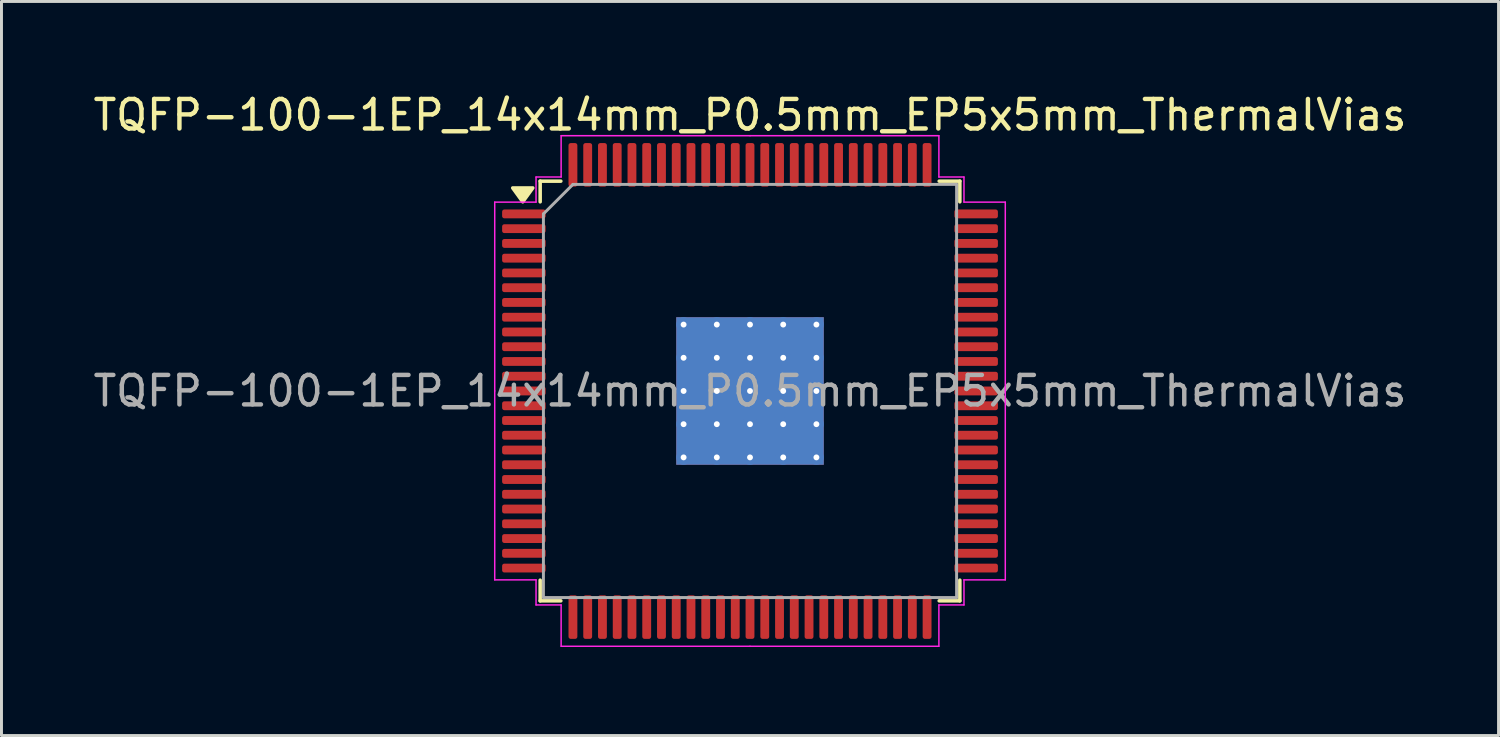
<source format=kicad_pcb>
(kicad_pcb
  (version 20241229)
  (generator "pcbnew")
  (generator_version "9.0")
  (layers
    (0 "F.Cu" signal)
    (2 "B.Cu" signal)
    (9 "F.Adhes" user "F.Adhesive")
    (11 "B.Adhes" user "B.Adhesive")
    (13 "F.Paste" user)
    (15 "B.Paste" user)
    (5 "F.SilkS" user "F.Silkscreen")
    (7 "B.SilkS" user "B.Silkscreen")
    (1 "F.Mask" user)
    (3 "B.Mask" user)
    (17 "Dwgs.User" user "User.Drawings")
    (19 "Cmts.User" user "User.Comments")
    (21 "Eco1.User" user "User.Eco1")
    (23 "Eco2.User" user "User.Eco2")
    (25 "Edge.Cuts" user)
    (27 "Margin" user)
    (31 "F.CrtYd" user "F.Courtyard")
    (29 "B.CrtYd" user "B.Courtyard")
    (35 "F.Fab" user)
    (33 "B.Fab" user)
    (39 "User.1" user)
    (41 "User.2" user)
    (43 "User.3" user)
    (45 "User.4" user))
  (footprint "TQFP-100-1EP_14x14mm_P0.5mm_EP5x5mm_ThermalVias"
    (layer "F.Cu")
    (at 22.363 10.198)
    (property "Reference" "TQFP-100-1EP_14x14mm_P0.5mm_EP5x5mm_ThermalVias" (at 0 -9.35 0) (layer "F.SilkS") (effects (font (size 1 1) (thickness 0.15))))
    (attr smd)
    (fp_line (start -7.11 -7.11) (end -7.11 -6.41) (stroke (width 0.12) (type solid)) (layer "F.SilkS"))
    (fp_line (start -7.11 7.11) (end -7.11 6.41) (stroke (width 0.12) (type solid)) (layer "F.SilkS"))
    (fp_line (start -6.41 -7.11) (end -7.11 -7.11) (stroke (width 0.12) (type solid)) (layer "F.SilkS"))
    (fp_line (start -6.41 7.11) (end -7.11 7.11) (stroke (width 0.12) (type solid)) (layer "F.SilkS"))
    (fp_line (start 6.41 -7.11) (end 7.11 -7.11) (stroke (width 0.12) (type solid)) (layer "F.SilkS"))
    (fp_line (start 6.41 7.11) (end 7.11 7.11) (stroke (width 0.12) (type solid)) (layer "F.SilkS"))
    (fp_line (start 7.11 -7.11) (end 7.11 -6.41) (stroke (width 0.12) (type solid)) (layer "F.SilkS"))
    (fp_line (start 7.11 7.11) (end 7.11 6.41) (stroke (width 0.12) (type solid)) (layer "F.SilkS"))
    (fp_poly (pts (xy -7.7 -6.41) (xy -8.04 -6.88) (xy -7.36 -6.88)) (stroke (width 0.12) (type solid)) (fill yes) (layer "F.SilkS"))
    (fp_line (start -8.65 -6.4) (end -8.65 0) (stroke (width 0.05) (type solid)) (layer "F.CrtYd"))
    (fp_line (start -8.65 6.4) (end -8.65 0) (stroke (width 0.05) (type solid)) (layer "F.CrtYd"))
    (fp_line (start -7.25 -7.25) (end -7.25 -6.4) (stroke (width 0.05) (type solid)) (layer "F.CrtYd"))
    (fp_line (start -7.25 -6.4) (end -8.65 -6.4) (stroke (width 0.05) (type solid)) (layer "F.CrtYd"))
    (fp_line (start -7.25 6.4) (end -8.65 6.4) (stroke (width 0.05) (type solid)) (layer "F.CrtYd"))
    (fp_line (start -7.25 7.25) (end -7.25 6.4) (stroke (width 0.05) (type solid)) (layer "F.CrtYd"))
    (fp_line (start -6.4 -8.65) (end -6.4 -7.25) (stroke (width 0.05) (type solid)) (layer "F.CrtYd"))
    (fp_line (start -6.4 -7.25) (end -7.25 -7.25) (stroke (width 0.05) (type solid)) (layer "F.CrtYd"))
    (fp_line (start -6.4 7.25) (end -7.25 7.25) (stroke (width 0.05) (type solid)) (layer "F.CrtYd"))
    (fp_line (start -6.4 8.65) (end -6.4 7.25) (stroke (width 0.05) (type solid)) (layer "F.CrtYd"))
    (fp_line (start 0 -8.65) (end -6.4 -8.65) (stroke (width 0.05) (type solid)) (layer "F.CrtYd"))
    (fp_line (start 0 -8.65) (end 6.4 -8.65) (stroke (width 0.05) (type solid)) (layer "F.CrtYd"))
    (fp_line (start 0 8.65) (end -6.4 8.65) (stroke (width 0.05) (type solid)) (layer "F.CrtYd"))
    (fp_line (start 0 8.65) (end 6.4 8.65) (stroke (width 0.05) (type solid)) (layer "F.CrtYd"))
    (fp_line (start 6.4 -8.65) (end 6.4 -7.25) (stroke (width 0.05) (type solid)) (layer "F.CrtYd"))
    (fp_line (start 6.4 -7.25) (end 7.25 -7.25) (stroke (width 0.05) (type solid)) (layer "F.CrtYd"))
    (fp_line (start 6.4 7.25) (end 7.25 7.25) (stroke (width 0.05) (type solid)) (layer "F.CrtYd"))
    (fp_line (start 6.4 8.65) (end 6.4 7.25) (stroke (width 0.05) (type solid)) (layer "F.CrtYd"))
    (fp_line (start 7.25 -7.25) (end 7.25 -6.4) (stroke (width 0.05) (type solid)) (layer "F.CrtYd"))
    (fp_line (start 7.25 -6.4) (end 8.65 -6.4) (stroke (width 0.05) (type solid)) (layer "F.CrtYd"))
    (fp_line (start 7.25 6.4) (end 8.65 6.4) (stroke (width 0.05) (type solid)) (layer "F.CrtYd"))
    (fp_line (start 7.25 7.25) (end 7.25 6.4) (stroke (width 0.05) (type solid)) (layer "F.CrtYd"))
    (fp_line (start 8.65 -6.4) (end 8.65 0) (stroke (width 0.05) (type solid)) (layer "F.CrtYd"))
    (fp_line (start 8.65 6.4) (end 8.65 0) (stroke (width 0.05) (type solid)) (layer "F.CrtYd"))
    (fp_line (start -7 -6) (end -6 -7) (stroke (width 0.1) (type solid)) (layer "F.Fab"))
    (fp_line (start -7 7) (end -7 -6) (stroke (width 0.1) (type solid)) (layer "F.Fab"))
    (fp_line (start -6 -7) (end 7 -7) (stroke (width 0.1) (type solid)) (layer "F.Fab"))
    (fp_line (start 7 -7) (end 7 7) (stroke (width 0.1) (type solid)) (layer "F.Fab"))
    (fp_line (start 7 7) (end -7 7) (stroke (width 0.1) (type solid)) (layer "F.Fab"))
    (fp_text user "${REFERENCE}" (at 0 0 0) (layer "F.Fab") (effects (font (size 1 1) (thickness 0.15))))
    (pad "" smd custom (at -1.688 -1.688) (size 0.891 0.891) (layers "F.Paste") (options (anchor circle)) (primitives (gr_poly (pts (xy -0.387 -0.29) (xy -0.29 -0.387) (xy 0.29 -0.387) (xy 0.387 -0.29) (xy 0.387 0.29) (xy 0.29 0.387) (xy -0.29 0.387) (xy -0.387 0.29)) (width 0.234) (fill yes))))
    (pad "" smd custom (at -1.688 -0.562) (size 0.891 0.891) (layers "F.Paste") (options (anchor circle)) (primitives (gr_poly (pts (xy -0.387 -0.29) (xy -0.29 -0.387) (xy 0.29 -0.387) (xy 0.387 -0.29) (xy 0.387 0.29) (xy 0.29 0.387) (xy -0.29 0.387) (xy -0.387 0.29)) (width 0.234) (fill yes))))
    (pad "" smd custom (at -1.688 0.562) (size 0.891 0.891) (layers "F.Paste") (options (anchor circle)) (primitives (gr_poly (pts (xy -0.387 -0.29) (xy -0.29 -0.387) (xy 0.29 -0.387) (xy 0.387 -0.29) (xy 0.387 0.29) (xy 0.29 0.387) (xy -0.29 0.387) (xy -0.387 0.29)) (width 0.234) (fill yes))))
    (pad "" smd custom (at -1.688 1.688) (size 0.891 0.891) (layers "F.Paste") (options (anchor circle)) (primitives (gr_poly (pts (xy -0.387 -0.29) (xy -0.29 -0.387) (xy 0.29 -0.387) (xy 0.387 -0.29) (xy 0.387 0.29) (xy 0.29 0.387) (xy -0.29 0.387) (xy -0.387 0.29)) (width 0.234) (fill yes))))
    (pad "" smd custom (at -0.562 -1.688) (size 0.891 0.891) (layers "F.Paste") (options (anchor circle)) (primitives (gr_poly (pts (xy -0.387 -0.29) (xy -0.29 -0.387) (xy 0.29 -0.387) (xy 0.387 -0.29) (xy 0.387 0.29) (xy 0.29 0.387) (xy -0.29 0.387) (xy -0.387 0.29)) (width 0.234) (fill yes))))
    (pad "" smd custom (at -0.562 -0.562) (size 0.891 0.891) (layers "F.Paste") (options (anchor circle)) (primitives (gr_poly (pts (xy -0.387 -0.29) (xy -0.29 -0.387) (xy 0.29 -0.387) (xy 0.387 -0.29) (xy 0.387 0.29) (xy 0.29 0.387) (xy -0.29 0.387) (xy -0.387 0.29)) (width 0.234) (fill yes))))
    (pad "" smd custom (at -0.562 0.562) (size 0.891 0.891) (layers "F.Paste") (options (anchor circle)) (primitives (gr_poly (pts (xy -0.387 -0.29) (xy -0.29 -0.387) (xy 0.29 -0.387) (xy 0.387 -0.29) (xy 0.387 0.29) (xy 0.29 0.387) (xy -0.29 0.387) (xy -0.387 0.29)) (width 0.234) (fill yes))))
    (pad "" smd custom (at -0.562 1.688) (size 0.891 0.891) (layers "F.Paste") (options (anchor circle)) (primitives (gr_poly (pts (xy -0.387 -0.29) (xy -0.29 -0.387) (xy 0.29 -0.387) (xy 0.387 -0.29) (xy 0.387 0.29) (xy 0.29 0.387) (xy -0.29 0.387) (xy -0.387 0.29)) (width 0.234) (fill yes))))
    (pad "" smd custom (at 0.562 -1.688) (size 0.891 0.891) (layers "F.Paste") (options (anchor circle)) (primitives (gr_poly (pts (xy -0.387 -0.29) (xy -0.29 -0.387) (xy 0.29 -0.387) (xy 0.387 -0.29) (xy 0.387 0.29) (xy 0.29 0.387) (xy -0.29 0.387) (xy -0.387 0.29)) (width 0.234) (fill yes))))
    (pad "" smd custom (at 0.562 -0.562) (size 0.891 0.891) (layers "F.Paste") (options (anchor circle)) (primitives (gr_poly (pts (xy -0.387 -0.29) (xy -0.29 -0.387) (xy 0.29 -0.387) (xy 0.387 -0.29) (xy 0.387 0.29) (xy 0.29 0.387) (xy -0.29 0.387) (xy -0.387 0.29)) (width 0.234) (fill yes))))
    (pad "" smd custom (at 0.562 0.562) (size 0.891 0.891) (layers "F.Paste") (options (anchor circle)) (primitives (gr_poly (pts (xy -0.387 -0.29) (xy -0.29 -0.387) (xy 0.29 -0.387) (xy 0.387 -0.29) (xy 0.387 0.29) (xy 0.29 0.387) (xy -0.29 0.387) (xy -0.387 0.29)) (width 0.234) (fill yes))))
    (pad "" smd custom (at 0.562 1.688) (size 0.891 0.891) (layers "F.Paste") (options (anchor circle)) (primitives (gr_poly (pts (xy -0.387 -0.29) (xy -0.29 -0.387) (xy 0.29 -0.387) (xy 0.387 -0.29) (xy 0.387 0.29) (xy 0.29 0.387) (xy -0.29 0.387) (xy -0.387 0.29)) (width 0.234) (fill yes))))
    (pad "" smd custom (at 1.688 -1.688) (size 0.891 0.891) (layers "F.Paste") (options (anchor circle)) (primitives (gr_poly (pts (xy -0.387 -0.29) (xy -0.29 -0.387) (xy 0.29 -0.387) (xy 0.387 -0.29) (xy 0.387 0.29) (xy 0.29 0.387) (xy -0.29 0.387) (xy -0.387 0.29)) (width 0.234) (fill yes))))
    (pad "" smd custom (at 1.688 -0.562) (size 0.891 0.891) (layers "F.Paste") (options (anchor circle)) (primitives (gr_poly (pts (xy -0.387 -0.29) (xy -0.29 -0.387) (xy 0.29 -0.387) (xy 0.387 -0.29) (xy 0.387 0.29) (xy 0.29 0.387) (xy -0.29 0.387) (xy -0.387 0.29)) (width 0.234) (fill yes))))
    (pad "" smd custom (at 1.688 0.562) (size 0.891 0.891) (layers "F.Paste") (options (anchor circle)) (primitives (gr_poly (pts (xy -0.387 -0.29) (xy -0.29 -0.387) (xy 0.29 -0.387) (xy 0.387 -0.29) (xy 0.387 0.29) (xy 0.29 0.387) (xy -0.29 0.387) (xy -0.387 0.29)) (width 0.234) (fill yes))))
    (pad "" smd custom (at 1.688 1.688) (size 0.891 0.891) (layers "F.Paste") (options (anchor circle)) (primitives (gr_poly (pts (xy -0.387 -0.29) (xy -0.29 -0.387) (xy 0.29 -0.387) (xy 0.387 -0.29) (xy 0.387 0.29) (xy 0.29 0.387) (xy -0.29 0.387) (xy -0.387 0.29)) (width 0.234) (fill yes))))
    (pad "1" smd roundrect (at -7.662 -6) (size 1.475 0.3) (layers "F.Cu" "F.Mask" "F.Paste") (roundrect_rratio 0.25))
    (pad "2" smd roundrect (at -7.662 -5.5) (size 1.475 0.3) (layers "F.Cu" "F.Mask" "F.Paste") (roundrect_rratio 0.25))
    (pad "3" smd roundrect (at -7.662 -5) (size 1.475 0.3) (layers "F.Cu" "F.Mask" "F.Paste") (roundrect_rratio 0.25))
    (pad "4" smd roundrect (at -7.662 -4.5) (size 1.475 0.3) (layers "F.Cu" "F.Mask" "F.Paste") (roundrect_rratio 0.25))
    (pad "5" smd roundrect (at -7.662 -4) (size 1.475 0.3) (layers "F.Cu" "F.Mask" "F.Paste") (roundrect_rratio 0.25))
    (pad "6" smd roundrect (at -7.662 -3.5) (size 1.475 0.3) (layers "F.Cu" "F.Mask" "F.Paste") (roundrect_rratio 0.25))
    (pad "7" smd roundrect (at -7.662 -3) (size 1.475 0.3) (layers "F.Cu" "F.Mask" "F.Paste") (roundrect_rratio 0.25))
    (pad "8" smd roundrect (at -7.662 -2.5) (size 1.475 0.3) (layers "F.Cu" "F.Mask" "F.Paste") (roundrect_rratio 0.25))
    (pad "9" smd roundrect (at -7.662 -2) (size 1.475 0.3) (layers "F.Cu" "F.Mask" "F.Paste") (roundrect_rratio 0.25))
    (pad "10" smd roundrect (at -7.662 -1.5) (size 1.475 0.3) (layers "F.Cu" "F.Mask" "F.Paste") (roundrect_rratio 0.25))
    (pad "11" smd roundrect (at -7.662 -1) (size 1.475 0.3) (layers "F.Cu" "F.Mask" "F.Paste") (roundrect_rratio 0.25))
    (pad "12" smd roundrect (at -7.662 -0.5) (size 1.475 0.3) (layers "F.Cu" "F.Mask" "F.Paste") (roundrect_rratio 0.25))
    (pad "13" smd roundrect (at -7.662 0) (size 1.475 0.3) (layers "F.Cu" "F.Mask" "F.Paste") (roundrect_rratio 0.25))
    (pad "14" smd roundrect (at -7.662 0.5) (size 1.475 0.3) (layers "F.Cu" "F.Mask" "F.Paste") (roundrect_rratio 0.25))
    (pad "15" smd roundrect (at -7.662 1) (size 1.475 0.3) (layers "F.Cu" "F.Mask" "F.Paste") (roundrect_rratio 0.25))
    (pad "16" smd roundrect (at -7.662 1.5) (size 1.475 0.3) (layers "F.Cu" "F.Mask" "F.Paste") (roundrect_rratio 0.25))
    (pad "17" smd roundrect (at -7.662 2) (size 1.475 0.3) (layers "F.Cu" "F.Mask" "F.Paste") (roundrect_rratio 0.25))
    (pad "18" smd roundrect (at -7.662 2.5) (size 1.475 0.3) (layers "F.Cu" "F.Mask" "F.Paste") (roundrect_rratio 0.25))
    (pad "19" smd roundrect (at -7.662 3) (size 1.475 0.3) (layers "F.Cu" "F.Mask" "F.Paste") (roundrect_rratio 0.25))
    (pad "20" smd roundrect (at -7.662 3.5) (size 1.475 0.3) (layers "F.Cu" "F.Mask" "F.Paste") (roundrect_rratio 0.25))
    (pad "21" smd roundrect (at -7.662 4) (size 1.475 0.3) (layers "F.Cu" "F.Mask" "F.Paste") (roundrect_rratio 0.25))
    (pad "22" smd roundrect (at -7.662 4.5) (size 1.475 0.3) (layers "F.Cu" "F.Mask" "F.Paste") (roundrect_rratio 0.25))
    (pad "23" smd roundrect (at -7.662 5) (size 1.475 0.3) (layers "F.Cu" "F.Mask" "F.Paste") (roundrect_rratio 0.25))
    (pad "24" smd roundrect (at -7.662 5.5) (size 1.475 0.3) (layers "F.Cu" "F.Mask" "F.Paste") (roundrect_rratio 0.25))
    (pad "25" smd roundrect (at -7.662 6) (size 1.475 0.3) (layers "F.Cu" "F.Mask" "F.Paste") (roundrect_rratio 0.25))
    (pad "26" smd roundrect (at -6 7.662) (size 0.3 1.475) (layers "F.Cu" "F.Mask" "F.Paste") (roundrect_rratio 0.25))
    (pad "27" smd roundrect (at -5.5 7.662) (size 0.3 1.475) (layers "F.Cu" "F.Mask" "F.Paste") (roundrect_rratio 0.25))
    (pad "28" smd roundrect (at -5 7.662) (size 0.3 1.475) (layers "F.Cu" "F.Mask" "F.Paste") (roundrect_rratio 0.25))
    (pad "29" smd roundrect (at -4.5 7.662) (size 0.3 1.475) (layers "F.Cu" "F.Mask" "F.Paste") (roundrect_rratio 0.25))
    (pad "30" smd roundrect (at -4 7.662) (size 0.3 1.475) (layers "F.Cu" "F.Mask" "F.Paste") (roundrect_rratio 0.25))
    (pad "31" smd roundrect (at -3.5 7.662) (size 0.3 1.475) (layers "F.Cu" "F.Mask" "F.Paste") (roundrect_rratio 0.25))
    (pad "32" smd roundrect (at -3 7.662) (size 0.3 1.475) (layers "F.Cu" "F.Mask" "F.Paste") (roundrect_rratio 0.25))
    (pad "33" smd roundrect (at -2.5 7.662) (size 0.3 1.475) (layers "F.Cu" "F.Mask" "F.Paste") (roundrect_rratio 0.25))
    (pad "34" smd roundrect (at -2 7.662) (size 0.3 1.475) (layers "F.Cu" "F.Mask" "F.Paste") (roundrect_rratio 0.25))
    (pad "35" smd roundrect (at -1.5 7.662) (size 0.3 1.475) (layers "F.Cu" "F.Mask" "F.Paste") (roundrect_rratio 0.25))
    (pad "36" smd roundrect (at -1 7.662) (size 0.3 1.475) (layers "F.Cu" "F.Mask" "F.Paste") (roundrect_rratio 0.25))
    (pad "37" smd roundrect (at -0.5 7.662) (size 0.3 1.475) (layers "F.Cu" "F.Mask" "F.Paste") (roundrect_rratio 0.25))
    (pad "38" smd roundrect (at 0 7.662) (size 0.3 1.475) (layers "F.Cu" "F.Mask" "F.Paste") (roundrect_rratio 0.25))
    (pad "39" smd roundrect (at 0.5 7.662) (size 0.3 1.475) (layers "F.Cu" "F.Mask" "F.Paste") (roundrect_rratio 0.25))
    (pad "40" smd roundrect (at 1 7.662) (size 0.3 1.475) (layers "F.Cu" "F.Mask" "F.Paste") (roundrect_rratio 0.25))
    (pad "41" smd roundrect (at 1.5 7.662) (size 0.3 1.475) (layers "F.Cu" "F.Mask" "F.Paste") (roundrect_rratio 0.25))
    (pad "42" smd roundrect (at 2 7.662) (size 0.3 1.475) (layers "F.Cu" "F.Mask" "F.Paste") (roundrect_rratio 0.25))
    (pad "43" smd roundrect (at 2.5 7.662) (size 0.3 1.475) (layers "F.Cu" "F.Mask" "F.Paste") (roundrect_rratio 0.25))
    (pad "44" smd roundrect (at 3 7.662) (size 0.3 1.475) (layers "F.Cu" "F.Mask" "F.Paste") (roundrect_rratio 0.25))
    (pad "45" smd roundrect (at 3.5 7.662) (size 0.3 1.475) (layers "F.Cu" "F.Mask" "F.Paste") (roundrect_rratio 0.25))
    (pad "46" smd roundrect (at 4 7.662) (size 0.3 1.475) (layers "F.Cu" "F.Mask" "F.Paste") (roundrect_rratio 0.25))
    (pad "47" smd roundrect (at 4.5 7.662) (size 0.3 1.475) (layers "F.Cu" "F.Mask" "F.Paste") (roundrect_rratio 0.25))
    (pad "48" smd roundrect (at 5 7.662) (size 0.3 1.475) (layers "F.Cu" "F.Mask" "F.Paste") (roundrect_rratio 0.25))
    (pad "49" smd roundrect (at 5.5 7.662) (size 0.3 1.475) (layers "F.Cu" "F.Mask" "F.Paste") (roundrect_rratio 0.25))
    (pad "50" smd roundrect (at 6 7.662) (size 0.3 1.475) (layers "F.Cu" "F.Mask" "F.Paste") (roundrect_rratio 0.25))
    (pad "51" smd roundrect (at 7.662 6) (size 1.475 0.3) (layers "F.Cu" "F.Mask" "F.Paste") (roundrect_rratio 0.25))
    (pad "52" smd roundrect (at 7.662 5.5) (size 1.475 0.3) (layers "F.Cu" "F.Mask" "F.Paste") (roundrect_rratio 0.25))
    (pad "53" smd roundrect (at 7.662 5) (size 1.475 0.3) (layers "F.Cu" "F.Mask" "F.Paste") (roundrect_rratio 0.25))
    (pad "54" smd roundrect (at 7.662 4.5) (size 1.475 0.3) (layers "F.Cu" "F.Mask" "F.Paste") (roundrect_rratio 0.25))
    (pad "55" smd roundrect (at 7.662 4) (size 1.475 0.3) (layers "F.Cu" "F.Mask" "F.Paste") (roundrect_rratio 0.25))
    (pad "56" smd roundrect (at 7.662 3.5) (size 1.475 0.3) (layers "F.Cu" "F.Mask" "F.Paste") (roundrect_rratio 0.25))
    (pad "57" smd roundrect (at 7.662 3) (size 1.475 0.3) (layers "F.Cu" "F.Mask" "F.Paste") (roundrect_rratio 0.25))
    (pad "58" smd roundrect (at 7.662 2.5) (size 1.475 0.3) (layers "F.Cu" "F.Mask" "F.Paste") (roundrect_rratio 0.25))
    (pad "59" smd roundrect (at 7.662 2) (size 1.475 0.3) (layers "F.Cu" "F.Mask" "F.Paste") (roundrect_rratio 0.25))
    (pad "60" smd roundrect (at 7.662 1.5) (size 1.475 0.3) (layers "F.Cu" "F.Mask" "F.Paste") (roundrect_rratio 0.25))
    (pad "61" smd roundrect (at 7.662 1) (size 1.475 0.3) (layers "F.Cu" "F.Mask" "F.Paste") (roundrect_rratio 0.25))
    (pad "62" smd roundrect (at 7.662 0.5) (size 1.475 0.3) (layers "F.Cu" "F.Mask" "F.Paste") (roundrect_rratio 0.25))
    (pad "63" smd roundrect (at 7.662 0) (size 1.475 0.3) (layers "F.Cu" "F.Mask" "F.Paste") (roundrect_rratio 0.25))
    (pad "64" smd roundrect (at 7.662 -0.5) (size 1.475 0.3) (layers "F.Cu" "F.Mask" "F.Paste") (roundrect_rratio 0.25))
    (pad "65" smd roundrect (at 7.662 -1) (size 1.475 0.3) (layers "F.Cu" "F.Mask" "F.Paste") (roundrect_rratio 0.25))
    (pad "66" smd roundrect (at 7.662 -1.5) (size 1.475 0.3) (layers "F.Cu" "F.Mask" "F.Paste") (roundrect_rratio 0.25))
    (pad "67" smd roundrect (at 7.662 -2) (size 1.475 0.3) (layers "F.Cu" "F.Mask" "F.Paste") (roundrect_rratio 0.25))
    (pad "68" smd roundrect (at 7.662 -2.5) (size 1.475 0.3) (layers "F.Cu" "F.Mask" "F.Paste") (roundrect_rratio 0.25))
    (pad "69" smd roundrect (at 7.662 -3) (size 1.475 0.3) (layers "F.Cu" "F.Mask" "F.Paste") (roundrect_rratio 0.25))
    (pad "70" smd roundrect (at 7.662 -3.5) (size 1.475 0.3) (layers "F.Cu" "F.Mask" "F.Paste") (roundrect_rratio 0.25))
    (pad "71" smd roundrect (at 7.662 -4) (size 1.475 0.3) (layers "F.Cu" "F.Mask" "F.Paste") (roundrect_rratio 0.25))
    (pad "72" smd roundrect (at 7.662 -4.5) (size 1.475 0.3) (layers "F.Cu" "F.Mask" "F.Paste") (roundrect_rratio 0.25))
    (pad "73" smd roundrect (at 7.662 -5) (size 1.475 0.3) (layers "F.Cu" "F.Mask" "F.Paste") (roundrect_rratio 0.25))
    (pad "74" smd roundrect (at 7.662 -5.5) (size 1.475 0.3) (layers "F.Cu" "F.Mask" "F.Paste") (roundrect_rratio 0.25))
    (pad "75" smd roundrect (at 7.662 -6) (size 1.475 0.3) (layers "F.Cu" "F.Mask" "F.Paste") (roundrect_rratio 0.25))
    (pad "76" smd roundrect (at 6 -7.662) (size 0.3 1.475) (layers "F.Cu" "F.Mask" "F.Paste") (roundrect_rratio 0.25))
    (pad "77" smd roundrect (at 5.5 -7.662) (size 0.3 1.475) (layers "F.Cu" "F.Mask" "F.Paste") (roundrect_rratio 0.25))
    (pad "78" smd roundrect (at 5 -7.662) (size 0.3 1.475) (layers "F.Cu" "F.Mask" "F.Paste") (roundrect_rratio 0.25))
    (pad "79" smd roundrect (at 4.5 -7.662) (size 0.3 1.475) (layers "F.Cu" "F.Mask" "F.Paste") (roundrect_rratio 0.25))
    (pad "80" smd roundrect (at 4 -7.662) (size 0.3 1.475) (layers "F.Cu" "F.Mask" "F.Paste") (roundrect_rratio 0.25))
    (pad "81" smd roundrect (at 3.5 -7.662) (size 0.3 1.475) (layers "F.Cu" "F.Mask" "F.Paste") (roundrect_rratio 0.25))
    (pad "82" smd roundrect (at 3 -7.662) (size 0.3 1.475) (layers "F.Cu" "F.Mask" "F.Paste") (roundrect_rratio 0.25))
    (pad "83" smd roundrect (at 2.5 -7.662) (size 0.3 1.475) (layers "F.Cu" "F.Mask" "F.Paste") (roundrect_rratio 0.25))
    (pad "84" smd roundrect (at 2 -7.662) (size 0.3 1.475) (layers "F.Cu" "F.Mask" "F.Paste") (roundrect_rratio 0.25))
    (pad "85" smd roundrect (at 1.5 -7.662) (size 0.3 1.475) (layers "F.Cu" "F.Mask" "F.Paste") (roundrect_rratio 0.25))
    (pad "86" smd roundrect (at 1 -7.662) (size 0.3 1.475) (layers "F.Cu" "F.Mask" "F.Paste") (roundrect_rratio 0.25))
    (pad "87" smd roundrect (at 0.5 -7.662) (size 0.3 1.475) (layers "F.Cu" "F.Mask" "F.Paste") (roundrect_rratio 0.25))
    (pad "88" smd roundrect (at 0 -7.662) (size 0.3 1.475) (layers "F.Cu" "F.Mask" "F.Paste") (roundrect_rratio 0.25))
    (pad "89" smd roundrect (at -0.5 -7.662) (size 0.3 1.475) (layers "F.Cu" "F.Mask" "F.Paste") (roundrect_rratio 0.25))
    (pad "90" smd roundrect (at -1 -7.662) (size 0.3 1.475) (layers "F.Cu" "F.Mask" "F.Paste") (roundrect_rratio 0.25))
    (pad "91" smd roundrect (at -1.5 -7.662) (size 0.3 1.475) (layers "F.Cu" "F.Mask" "F.Paste") (roundrect_rratio 0.25))
    (pad "92" smd roundrect (at -2 -7.662) (size 0.3 1.475) (layers "F.Cu" "F.Mask" "F.Paste") (roundrect_rratio 0.25))
    (pad "93" smd roundrect (at -2.5 -7.662) (size 0.3 1.475) (layers "F.Cu" "F.Mask" "F.Paste") (roundrect_rratio 0.25))
    (pad "94" smd roundrect (at -3 -7.662) (size 0.3 1.475) (layers "F.Cu" "F.Mask" "F.Paste") (roundrect_rratio 0.25))
    (pad "95" smd roundrect (at -3.5 -7.662) (size 0.3 1.475) (layers "F.Cu" "F.Mask" "F.Paste") (roundrect_rratio 0.25))
    (pad "96" smd roundrect (at -4 -7.662) (size 0.3 1.475) (layers "F.Cu" "F.Mask" "F.Paste") (roundrect_rratio 0.25))
    (pad "97" smd roundrect (at -4.5 -7.662) (size 0.3 1.475) (layers "F.Cu" "F.Mask" "F.Paste") (roundrect_rratio 0.25))
    (pad "98" smd roundrect (at -5 -7.662) (size 0.3 1.475) (layers "F.Cu" "F.Mask" "F.Paste") (roundrect_rratio 0.25))
    (pad "99" smd roundrect (at -5.5 -7.662) (size 0.3 1.475) (layers "F.Cu" "F.Mask" "F.Paste") (roundrect_rratio 0.25))
    (pad "100" smd roundrect (at -6 -7.662) (size 0.3 1.475) (layers "F.Cu" "F.Mask" "F.Paste") (roundrect_rratio 0.25))
    (pad "101" thru_hole circle (at -2.25 -2.25) (size 0.5 0.5) (drill 0.2) (property pad_prop_heatsink) (layers "*.Cu"))
    (pad "101" thru_hole circle (at -2.25 -1.125) (size 0.5 0.5) (drill 0.2) (property pad_prop_heatsink) (layers "*.Cu"))
    (pad "101" thru_hole circle (at -2.25 0) (size 0.5 0.5) (drill 0.2) (property pad_prop_heatsink) (layers "*.Cu"))
    (pad "101" thru_hole circle (at -2.25 1.125) (size 0.5 0.5) (drill 0.2) (property pad_prop_heatsink) (layers "*.Cu"))
    (pad "101" thru_hole circle (at -2.25 2.25) (size 0.5 0.5) (drill 0.2) (property pad_prop_heatsink) (layers "*.Cu"))
    (pad "101" thru_hole circle (at -1.125 -2.25) (size 0.5 0.5) (drill 0.2) (property pad_prop_heatsink) (layers "*.Cu"))
    (pad "101" thru_hole circle (at -1.125 -1.125) (size 0.5 0.5) (drill 0.2) (property pad_prop_heatsink) (layers "*.Cu"))
    (pad "101" thru_hole circle (at -1.125 0) (size 0.5 0.5) (drill 0.2) (property pad_prop_heatsink) (layers "*.Cu"))
    (pad "101" thru_hole circle (at -1.125 1.125) (size 0.5 0.5) (drill 0.2) (property pad_prop_heatsink) (layers "*.Cu"))
    (pad "101" thru_hole circle (at -1.125 2.25) (size 0.5 0.5) (drill 0.2) (property pad_prop_heatsink) (layers "*.Cu"))
    (pad "101" thru_hole circle (at 0 -2.25) (size 0.5 0.5) (drill 0.2) (property pad_prop_heatsink) (layers "*.Cu"))
    (pad "101" thru_hole circle (at 0 -1.125) (size 0.5 0.5) (drill 0.2) (property pad_prop_heatsink) (layers "*.Cu"))
    (pad "101" thru_hole circle (at 0 0) (size 0.5 0.5) (drill 0.2) (property pad_prop_heatsink) (layers "*.Cu"))
    (pad "101" smd rect (at 0 0) (size 5 5) (property pad_prop_heatsink) (layers "F.Cu" "F.Mask"))
    (pad "101" smd rect (at 0 0) (size 5 5) (property pad_prop_heatsink) (layers "B.Cu"))
    (pad "101" thru_hole circle (at 0 1.125) (size 0.5 0.5) (drill 0.2) (property pad_prop_heatsink) (layers "*.Cu"))
    (pad "101" thru_hole circle (at 0 2.25) (size 0.5 0.5) (drill 0.2) (property pad_prop_heatsink) (layers "*.Cu"))
    (pad "101" thru_hole circle (at 1.125 -2.25) (size 0.5 0.5) (drill 0.2) (property pad_prop_heatsink) (layers "*.Cu"))
    (pad "101" thru_hole circle (at 1.125 -1.125) (size 0.5 0.5) (drill 0.2) (property pad_prop_heatsink) (layers "*.Cu"))
    (pad "101" thru_hole circle (at 1.125 0) (size 0.5 0.5) (drill 0.2) (property pad_prop_heatsink) (layers "*.Cu"))
    (pad "101" thru_hole circle (at 1.125 1.125) (size 0.5 0.5) (drill 0.2) (property pad_prop_heatsink) (layers "*.Cu"))
    (pad "101" thru_hole circle (at 1.125 2.25) (size 0.5 0.5) (drill 0.2) (property pad_prop_heatsink) (layers "*.Cu"))
    (pad "101" thru_hole circle (at 2.25 -2.25) (size 0.5 0.5) (drill 0.2) (property pad_prop_heatsink) (layers "*.Cu"))
    (pad "101" thru_hole circle (at 2.25 -1.125) (size 0.5 0.5) (drill 0.2) (property pad_prop_heatsink) (layers "*.Cu"))
    (pad "101" thru_hole circle (at 2.25 0) (size 0.5 0.5) (drill 0.2) (property pad_prop_heatsink) (layers "*.Cu"))
    (pad "101" thru_hole circle (at 2.25 1.125) (size 0.5 0.5) (drill 0.2) (property pad_prop_heatsink) (layers "*.Cu"))
    (pad "101" thru_hole circle (at 2.25 2.25) (size 0.5 0.5) (drill 0.2) (property pad_prop_heatsink) (layers "*.Cu")))
  (gr_rect
    (start -3 -3)
    (end 47.726 21.873)
    (stroke (width 0.1) (type default))
    (fill no)
    (layer "Edge.Cuts")))
</source>
